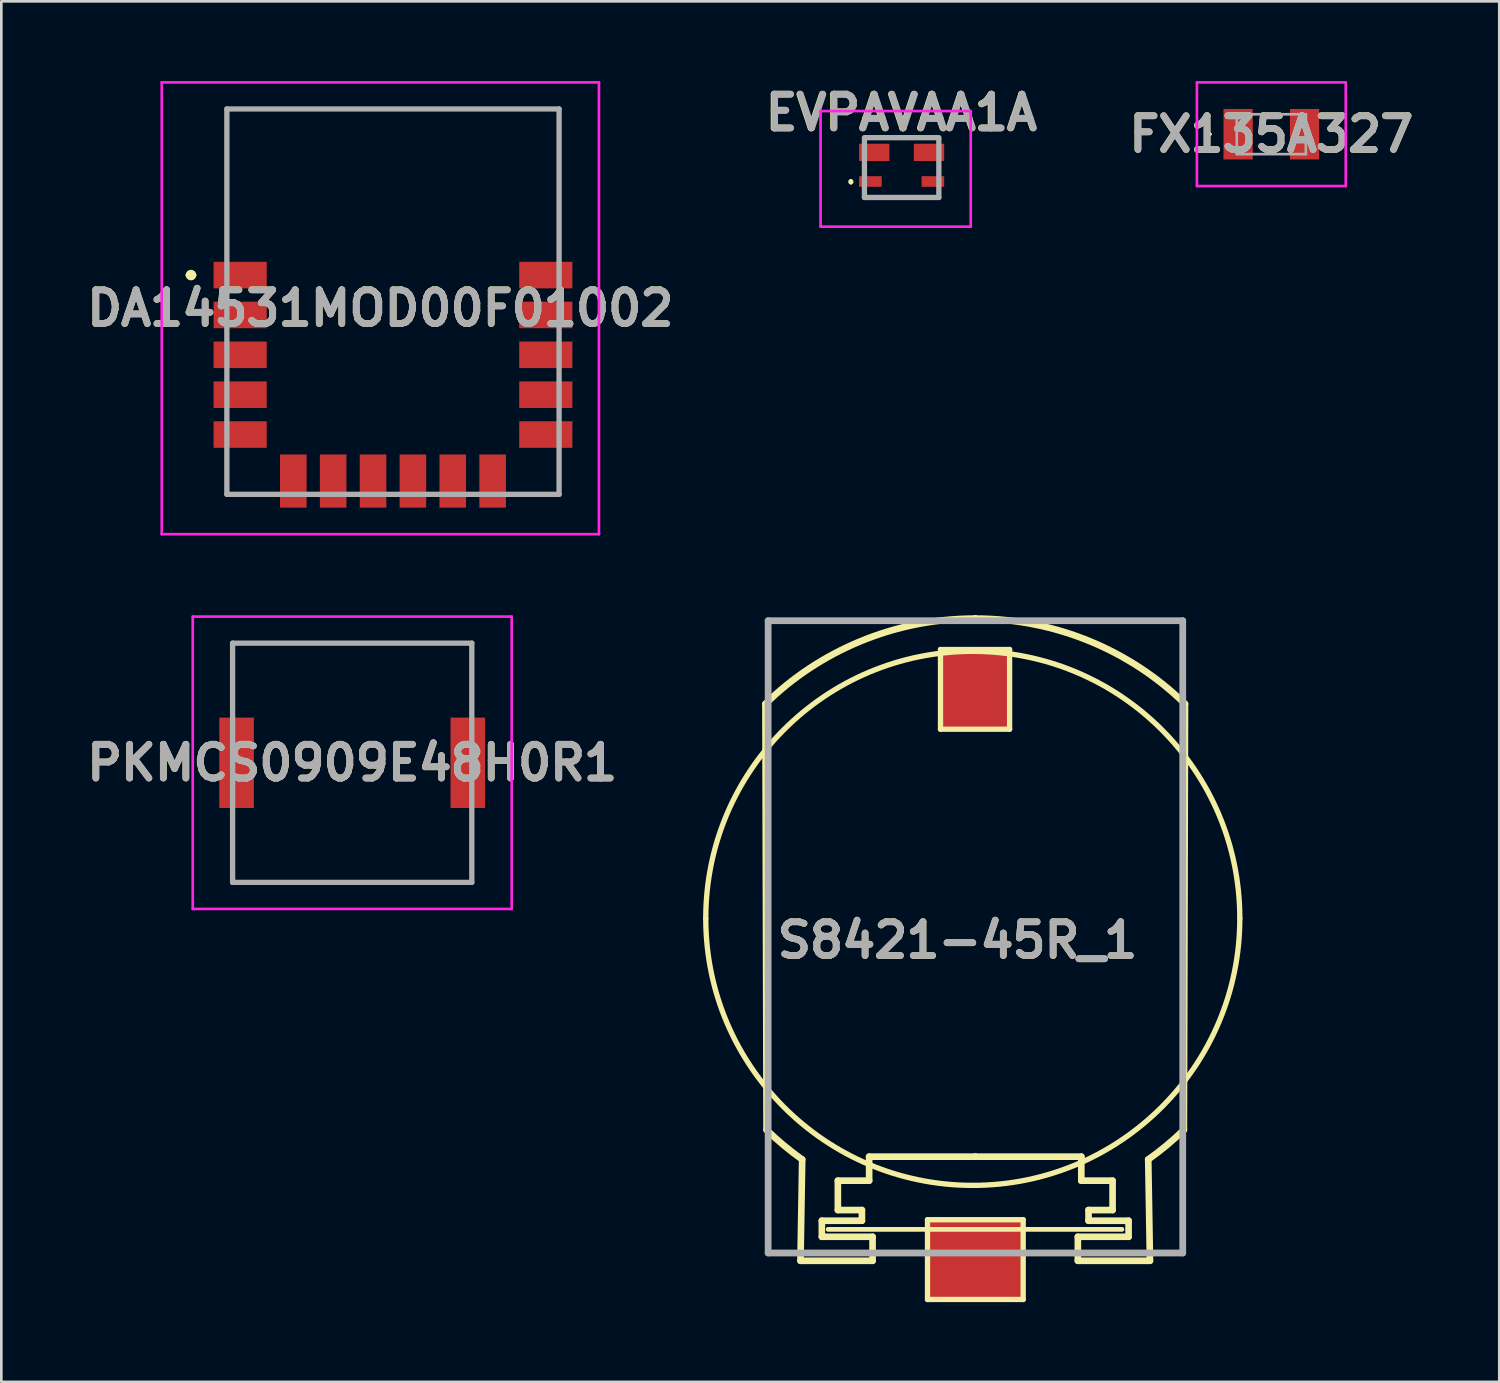
<source format=kicad_pcb>
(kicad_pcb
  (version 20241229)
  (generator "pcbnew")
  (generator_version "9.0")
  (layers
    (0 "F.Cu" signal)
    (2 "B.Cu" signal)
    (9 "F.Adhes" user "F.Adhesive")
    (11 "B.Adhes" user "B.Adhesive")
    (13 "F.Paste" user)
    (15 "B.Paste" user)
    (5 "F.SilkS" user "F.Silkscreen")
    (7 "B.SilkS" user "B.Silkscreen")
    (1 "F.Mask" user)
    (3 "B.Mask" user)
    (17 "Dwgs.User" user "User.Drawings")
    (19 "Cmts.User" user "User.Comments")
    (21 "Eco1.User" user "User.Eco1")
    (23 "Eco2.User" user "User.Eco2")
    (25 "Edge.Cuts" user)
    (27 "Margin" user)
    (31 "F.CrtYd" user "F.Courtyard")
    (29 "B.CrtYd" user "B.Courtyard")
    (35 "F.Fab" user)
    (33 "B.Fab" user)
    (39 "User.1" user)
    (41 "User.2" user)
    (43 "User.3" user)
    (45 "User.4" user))
  (footprint "DA14531MOD00F01002"
    (layer "F.Cu")
    (at 11.736 8.3)
    (property "Reference" "DA14531MOD00F01002" (at -0.475 0.25 0) (layer "F.SilkS") (effects (font (size 1.27 1.27) (thickness 0.254))))
    (attr smd)
    (fp_line (start -7.7 -1) (end -7.7 -1) (stroke (width 0.2) (type solid)) (layer "F.SilkS"))
    (fp_line (start -7.5 -1) (end -7.5 -1) (stroke (width 0.2) (type solid)) (layer "F.SilkS"))
    (fp_line (start -6.25 -7.25) (end 6 -7.25) (stroke (width 0.1) (type solid)) (layer "F.SilkS"))
    (fp_line (start -6.25 -3) (end -6.25 -7.25) (stroke (width 0.1) (type solid)) (layer "F.SilkS"))
    (fp_line (start 6 -7.25) (end 6.25 -7.25) (stroke (width 0.1) (type solid)) (layer "F.SilkS"))
    (fp_line (start 6.25 -7.25) (end 6.25 -3) (stroke (width 0.1) (type solid)) (layer "F.SilkS"))
    (fp_arc (start -7.7 -1) (mid -7.6 -1.1) (end -7.5 -1) (stroke (width 0.2) (type solid)) (layer "F.SilkS"))
    (fp_arc (start -7.5 -1) (mid -7.6 -0.9) (end -7.7 -1) (stroke (width 0.2) (type solid)) (layer "F.SilkS"))
    (fp_line (start -8.7 -8.25) (end 7.75 -8.25) (stroke (width 0.1) (type solid)) (layer "F.CrtYd"))
    (fp_line (start -8.7 8.75) (end -8.7 -8.25) (stroke (width 0.1) (type solid)) (layer "F.CrtYd"))
    (fp_line (start 7.75 -8.25) (end 7.75 8.75) (stroke (width 0.1) (type solid)) (layer "F.CrtYd"))
    (fp_line (start 7.75 8.75) (end -8.7 8.75) (stroke (width 0.1) (type solid)) (layer "F.CrtYd"))
    (fp_line (start -6.25 -7.25) (end 6.25 -7.25) (stroke (width 0.2) (type solid)) (layer "F.Fab"))
    (fp_line (start -6.25 7.25) (end -6.25 -7.25) (stroke (width 0.2) (type solid)) (layer "F.Fab"))
    (fp_line (start 6.25 -7.25) (end 6.25 7.25) (stroke (width 0.2) (type solid)) (layer "F.Fab"))
    (fp_line (start 6.25 7.25) (end -6.25 7.25) (stroke (width 0.2) (type solid)) (layer "F.Fab"))
    (fp_text user "${REFERENCE}" (at -0.475 0.25 0) (layer "F.Fab") (effects (font (size 1.27 1.27) (thickness 0.254))))
    (pad "J1" smd rect (at -5.75 -1 90) (size 1 2) (layers "F.Cu" "F.Mask" "F.Paste"))
    (pad "J2" smd rect (at -5.75 0.5 90) (size 1 2) (layers "F.Cu" "F.Mask" "F.Paste"))
    (pad "J3" smd rect (at -5.75 2 90) (size 1 2) (layers "F.Cu" "F.Mask" "F.Paste"))
    (pad "J4" smd rect (at -5.75 3.5 90) (size 1 2) (layers "F.Cu" "F.Mask" "F.Paste"))
    (pad "J5" smd rect (at -5.75 5 90) (size 1 2) (layers "F.Cu" "F.Mask" "F.Paste"))
    (pad "J6" smd rect (at -3.75 6.75) (size 1 2) (layers "F.Cu" "F.Mask" "F.Paste"))
    (pad "J7" smd rect (at -2.25 6.75) (size 1 2) (layers "F.Cu" "F.Mask" "F.Paste"))
    (pad "J8" smd rect (at -0.75 6.75) (size 1 2) (layers "F.Cu" "F.Mask" "F.Paste"))
    (pad "J9" smd rect (at 0.75 6.75) (size 1 2) (layers "F.Cu" "F.Mask" "F.Paste"))
    (pad "J10" smd rect (at 2.25 6.75) (size 1 2) (layers "F.Cu" "F.Mask" "F.Paste"))
    (pad "J11" smd rect (at 3.75 6.75) (size 1 2) (layers "F.Cu" "F.Mask" "F.Paste"))
    (pad "J12" smd rect (at 5.75 5 90) (size 1 2) (layers "F.Cu" "F.Mask" "F.Paste"))
    (pad "J13" smd rect (at 5.75 3.5 90) (size 1 2) (layers "F.Cu" "F.Mask" "F.Paste"))
    (pad "J14" smd rect (at 5.75 2 90) (size 1 2) (layers "F.Cu" "F.Mask" "F.Paste"))
    (pad "J15" smd rect (at 5.75 0.5 90) (size 1 2) (layers "F.Cu" "F.Mask" "F.Paste"))
    (pad "J16" smd rect (at 5.75 -1 90) (size 1 2) (layers "F.Cu" "F.Mask" "F.Paste")))
  (footprint "EVPAVAA1A"
    (layer "F.Cu")
    (at 30.875 3.279)
    (property "Reference" "EVPAVAA1A" (at -0.02 -2.09 0) (layer "F.SilkS") (effects (font (size 1.27 1.27) (thickness 0.254))))
    (attr smd)
    (fp_line (start -1.91 0.46) (end -1.91 0.46) (stroke (width 0.1) (type solid)) (layer "F.SilkS"))
    (fp_line (start -1.91 0.56) (end -1.91 0.56) (stroke (width 0.1) (type solid)) (layer "F.SilkS"))
    (fp_line (start -1.4 -1.15) (end 1.4 -1.15) (stroke (width 0.1) (type solid)) (layer "F.SilkS"))
    (fp_line (start -1.4 1.1) (end -1.4 0.8) (stroke (width 0.1) (type solid)) (layer "F.SilkS"))
    (fp_line (start -1.4 1.1) (end 1.4 1.1) (stroke (width 0.1) (type solid)) (layer "F.SilkS"))
    (fp_line (start 1.4 1.1) (end 1.4 0.8) (stroke (width 0.1) (type solid)) (layer "F.SilkS"))
    (fp_arc (start -1.91 0.46) (mid -1.86 0.51) (end -1.91 0.56) (stroke (width 0.1) (type solid)) (layer "F.SilkS"))
    (fp_arc (start -1.91 0.56) (mid -1.96 0.51) (end -1.91 0.46) (stroke (width 0.1) (type solid)) (layer "F.SilkS"))
    (fp_line (start -3.05 -2.15) (end 2.6 -2.15) (stroke (width 0.1) (type solid)) (layer "F.CrtYd"))
    (fp_line (start -3.05 2.2) (end -3.05 -2.15) (stroke (width 0.1) (type solid)) (layer "F.CrtYd"))
    (fp_line (start 2.6 -2.15) (end 2.6 2.2) (stroke (width 0.1) (type solid)) (layer "F.CrtYd"))
    (fp_line (start 2.6 2.2) (end -3.05 2.2) (stroke (width 0.1) (type solid)) (layer "F.CrtYd"))
    (fp_line (start -1.4 -1.15) (end 1.4 -1.15) (stroke (width 0.2) (type solid)) (layer "F.Fab"))
    (fp_line (start -1.4 1.1) (end -1.4 -1.1) (stroke (width 0.2) (type solid)) (layer "F.Fab"))
    (fp_line (start 1.4 -1.1) (end 1.4 1.1) (stroke (width 0.2) (type solid)) (layer "F.Fab"))
    (fp_line (start 1.4 1.1) (end -1.4 1.1) (stroke (width 0.2) (type solid)) (layer "F.Fab"))
    (fp_text user "${REFERENCE}" (at 0 -2.09 0) (layer "F.Fab") (effects (font (size 1.27 1.27) (thickness 0.254))))
    (pad "1" smd rect (at -1.175 0.5 90) (size 0.4 0.85) (layers "F.Cu" "F.Mask" "F.Paste"))
    (pad "2" smd rect (at -1.03 -0.595 90) (size 0.65 1.14) (layers "F.Cu" "F.Mask" "F.Paste"))
    (pad "3" smd rect (at 1.175 0.5 90) (size 0.4 0.85) (layers "F.Cu" "F.Mask" "F.Paste"))
    (pad "4" smd rect (at 1.03 -0.595 90) (size 0.65 1.14) (layers "F.Cu" "F.Mask" "F.Paste")))
  (footprint "S8421-45R_1"
    (layer "F.Cu")
    (at 33.652 22.922)
    (property "Reference" "S8421-45R_1" (at -0.675 9.406 0) (layer "F.SilkS") (effects (font (size 1.27 1.27) (thickness 0.254))))
    (attr smd)
    (fp_line (start -5.541 20.284) (end 5.511 20.284) (stroke (width 0.18) (type solid)) (layer "F.SilkS"))
    (fp_line (start -1.804 19.922) (end 1.796 19.922) (stroke (width 0.2) (type solid)) (layer "F.SilkS"))
    (fp_line (start -1.804 22.922) (end -1.804 19.922) (stroke (width 0.2) (type solid)) (layer "F.SilkS"))
    (fp_line (start -1.315 -1.534) (end 1.285 -1.534) (stroke (width 0.2) (type solid)) (layer "F.SilkS"))
    (fp_line (start -1.315 1.466) (end -1.315 -1.534) (stroke (width 0.2) (type solid)) (layer "F.SilkS"))
    (fp_line (start 1.285 -1.534) (end 1.285 1.466) (stroke (width 0.2) (type solid)) (layer "F.SilkS"))
    (fp_line (start 1.285 1.466) (end -1.315 1.466) (stroke (width 0.2) (type solid)) (layer "F.SilkS"))
    (fp_line (start 1.796 19.922) (end 1.796 22.922) (stroke (width 0.2) (type solid)) (layer "F.SilkS"))
    (fp_line (start 1.796 22.922) (end -1.804 22.922) (stroke (width 0.2) (type solid)) (layer "F.SilkS"))
    (fp_curve (pts (xy -10.147 8.582) (xy -10.147 3.034) (xy -5.649 -1.465) (xy -0.1 -1.465)) (stroke (width 0.2) (type solid)) (layer "F.SilkS"))
    (fp_curve (pts (xy -7.902 0.513) (xy -5.88 -1.472) (xy -3.065 -2.697) (xy -0.009 -2.697)) (stroke (width 0.25) (type solid)) (layer "F.SilkS"))
    (fp_curve (pts (xy -7.859 16.54) (xy -7.859 16.54) (xy -7.902 0.513) (xy -7.902 0.513)) (stroke (width 0.25) (type solid)) (layer "F.SilkS"))
    (fp_curve (pts (xy -6.583 21.466) (xy -6.583 21.466) (xy -6.519 17.655) (xy -6.519 17.655)) (stroke (width 0.25) (type solid)) (layer "F.SilkS"))
    (fp_curve (pts (xy -6.519 17.655) (xy -6.994 17.318) (xy -7.443 16.945) (xy -7.859 16.54)) (stroke (width 0.25) (type solid)) (layer "F.SilkS"))
    (fp_curve (pts (xy -5.779 19.959) (xy -5.779 19.959) (xy -5.779 20.562) (xy -5.779 20.562)) (stroke (width 0.25) (type solid)) (layer "F.SilkS"))
    (fp_curve (pts (xy -5.779 20.562) (xy -5.779 20.562) (xy -3.871 20.562) (xy -3.871 20.562)) (stroke (width 0.25) (type solid)) (layer "F.SilkS"))
    (fp_curve (pts (xy -5.177 18.452) (xy -5.177 18.452) (xy -5.177 19.557) (xy -5.177 19.557)) (stroke (width 0.25) (type solid)) (layer "F.SilkS"))
    (fp_curve (pts (xy -5.177 19.557) (xy -5.177 19.557) (xy -4.272 19.557) (xy -4.272 19.557)) (stroke (width 0.25) (type solid)) (layer "F.SilkS"))
    (fp_curve (pts (xy -4.272 19.557) (xy -4.272 19.557) (xy -4.272 19.959) (xy -4.272 19.959)) (stroke (width 0.25) (type solid)) (layer "F.SilkS"))
    (fp_curve (pts (xy -4.272 19.959) (xy -4.272 19.959) (xy -5.779 19.959) (xy -5.779 19.959)) (stroke (width 0.25) (type solid)) (layer "F.SilkS"))
    (fp_curve (pts (xy -4 17.548) (xy -4 17.548) (xy -4 18.452) (xy -4 18.452)) (stroke (width 0.25) (type solid)) (layer "F.SilkS"))
    (fp_curve (pts (xy -4 18.452) (xy -4 18.452) (xy -5.177 18.452) (xy -5.177 18.452)) (stroke (width 0.25) (type solid)) (layer "F.SilkS"))
    (fp_curve (pts (xy -3.871 20.562) (xy -3.871 20.562) (xy -3.871 21.466) (xy -3.871 21.466)) (stroke (width 0.25) (type solid)) (layer "F.SilkS"))
    (fp_curve (pts (xy -3.871 21.466) (xy -3.871 21.466) (xy -6.583 21.466) (xy -6.583 21.466)) (stroke (width 0.25) (type solid)) (layer "F.SilkS"))
    (fp_curve (pts (xy -0.1 -1.465) (xy 5.449 -1.465) (xy 9.947 3.034) (xy 9.947 8.582)) (stroke (width 0.2) (type solid)) (layer "F.SilkS"))
    (fp_curve (pts (xy -0.1 18.629) (xy -5.649 18.629) (xy -10.147 14.131) (xy -10.147 8.582)) (stroke (width 0.2) (type solid)) (layer "F.SilkS"))
    (fp_curve (pts (xy -0.009 -2.697) (xy -0.009 -2.697) (xy -0.009 -2.697) (xy -0.009 -2.697)) (stroke (width 0.25) (type solid)) (layer "F.SilkS"))
    (fp_curve (pts (xy -0.009 -2.697) (xy 3.048 -2.697) (xy 5.863 -1.472) (xy 7.885 0.513)) (stroke (width 0.25) (type solid)) (layer "F.SilkS"))
    (fp_curve (pts (xy -0.009 17.548) (xy -0.009 17.548) (xy -4 17.548) (xy -4 17.548)) (stroke (width 0.25) (type solid)) (layer "F.SilkS"))
    (fp_curve (pts (xy -0.009 17.548) (xy -0.009 17.548) (xy -0.009 17.548) (xy -0.009 17.548)) (stroke (width 0.25) (type solid)) (layer "F.SilkS"))
    (fp_curve (pts (xy 3.853 20.562) (xy 3.853 20.562) (xy 5.762 20.562) (xy 5.762 20.562)) (stroke (width 0.25) (type solid)) (layer "F.SilkS"))
    (fp_curve (pts (xy 3.853 21.466) (xy 3.853 21.466) (xy 3.853 20.562) (xy 3.853 20.562)) (stroke (width 0.25) (type solid)) (layer "F.SilkS"))
    (fp_curve (pts (xy 3.983 17.548) (xy 3.983 17.548) (xy -0.009 17.548) (xy -0.009 17.548)) (stroke (width 0.25) (type solid)) (layer "F.SilkS"))
    (fp_curve (pts (xy 3.983 18.452) (xy 3.983 18.452) (xy 3.983 17.548) (xy 3.983 17.548)) (stroke (width 0.25) (type solid)) (layer "F.SilkS"))
    (fp_curve (pts (xy 4.255 19.557) (xy 4.255 19.557) (xy 5.16 19.557) (xy 5.16 19.557)) (stroke (width 0.25) (type solid)) (layer "F.SilkS"))
    (fp_curve (pts (xy 4.255 19.959) (xy 4.255 19.959) (xy 4.255 19.557) (xy 4.255 19.557)) (stroke (width 0.25) (type solid)) (layer "F.SilkS"))
    (fp_curve (pts (xy 5.16 18.452) (xy 5.16 18.452) (xy 3.983 18.452) (xy 3.983 18.452)) (stroke (width 0.25) (type solid)) (layer "F.SilkS"))
    (fp_curve (pts (xy 5.16 19.557) (xy 5.16 19.557) (xy 5.16 18.452) (xy 5.16 18.452)) (stroke (width 0.25) (type solid)) (layer "F.SilkS"))
    (fp_curve (pts (xy 5.762 19.959) (xy 5.762 19.959) (xy 4.255 19.959) (xy 4.255 19.959)) (stroke (width 0.25) (type solid)) (layer "F.SilkS"))
    (fp_curve (pts (xy 5.762 20.562) (xy 5.762 20.562) (xy 5.762 19.959) (xy 5.762 19.959)) (stroke (width 0.25) (type solid)) (layer "F.SilkS"))
    (fp_curve (pts (xy 6.501 17.655) (xy 6.501 17.655) (xy 6.566 21.466) (xy 6.566 21.466)) (stroke (width 0.25) (type solid)) (layer "F.SilkS"))
    (fp_curve (pts (xy 6.566 21.466) (xy 6.566 21.466) (xy 3.853 21.466) (xy 3.853 21.466)) (stroke (width 0.25) (type solid)) (layer "F.SilkS"))
    (fp_curve (pts (xy 7.842 16.54) (xy 7.425 16.945) (xy 6.977 17.318) (xy 6.501 17.655)) (stroke (width 0.25) (type solid)) (layer "F.SilkS"))
    (fp_curve (pts (xy 7.885 0.513) (xy 7.885 0.513) (xy 7.842 16.54) (xy 7.842 16.54)) (stroke (width 0.25) (type solid)) (layer "F.SilkS"))
    (fp_curve (pts (xy 9.947 8.582) (xy 9.947 14.131) (xy 5.449 18.629) (xy -0.1 18.629)) (stroke (width 0.2) (type solid)) (layer "F.SilkS"))
    (fp_line (start -7.8 -2.617) (end 7.8 -2.617) (stroke (width 0.254) (type solid)) (layer "F.Fab"))
    (fp_line (start -7.8 21.173) (end -7.8 -2.617) (stroke (width 0.254) (type solid)) (layer "F.Fab"))
    (fp_line (start 7.8 -2.617) (end 7.8 21.173) (stroke (width 0.254) (type solid)) (layer "F.Fab"))
    (fp_line (start 7.8 21.173) (end -7.8 21.173) (stroke (width 0.254) (type solid)) (layer "F.Fab"))
    (fp_text user "${REFERENCE}" (at -0.675 9.406 0) (layer "F.Fab") (effects (font (size 1.27 1.27) (thickness 0.254))))
    (pad "1" smd rect (at 0 21.4 90) (size 3 3.6) (layers "F.Cu" "F.Mask" "F.Paste"))
    (pad "2" smd rect (at 0 0) (size 2.6 3) (layers "F.Cu" "F.Mask" "F.Paste")))
  (footprint "PKMCS0909E48H0R1"
    (layer "F.Cu")
    (at 10.202 25.65)
    (property "Reference" "PKMCS0909E48H0R1" (at 0 0 0) (layer "F.SilkS") (effects (font (size 1.27 1.27) (thickness 0.254))))
    (attr smd)
    (fp_line (start -4.5 -4.5) (end 4.5 -4.5) (stroke (width 0.1) (type solid)) (layer "F.SilkS"))
    (fp_line (start -4.5 -2) (end -4.5 -4.5) (stroke (width 0.1) (type solid)) (layer "F.SilkS"))
    (fp_line (start -4.5 2) (end -4.5 4.5) (stroke (width 0.1) (type solid)) (layer "F.SilkS"))
    (fp_line (start -4.5 4.5) (end 4.5 4.5) (stroke (width 0.1) (type solid)) (layer "F.SilkS"))
    (fp_line (start 4.5 -4.5) (end 4.5 -2) (stroke (width 0.1) (type solid)) (layer "F.SilkS"))
    (fp_line (start 4.5 4.5) (end 4.5 2) (stroke (width 0.1) (type solid)) (layer "F.SilkS"))
    (fp_line (start -6 -5.5) (end 6 -5.5) (stroke (width 0.1) (type solid)) (layer "F.CrtYd"))
    (fp_line (start -6 5.5) (end -6 -5.5) (stroke (width 0.1) (type solid)) (layer "F.CrtYd"))
    (fp_line (start 6 -5.5) (end 6 5.5) (stroke (width 0.1) (type solid)) (layer "F.CrtYd"))
    (fp_line (start 6 5.5) (end -6 5.5) (stroke (width 0.1) (type solid)) (layer "F.CrtYd"))
    (fp_line (start -4.5 -4.5) (end 4.5 -4.5) (stroke (width 0.2) (type solid)) (layer "F.Fab"))
    (fp_line (start -4.5 4.5) (end -4.5 -4.5) (stroke (width 0.2) (type solid)) (layer "F.Fab"))
    (fp_line (start 4.5 -4.5) (end 4.5 4.5) (stroke (width 0.2) (type solid)) (layer "F.Fab"))
    (fp_line (start 4.5 4.5) (end -4.5 4.5) (stroke (width 0.2) (type solid)) (layer "F.Fab"))
    (fp_text user "${REFERENCE}" (at 0 0 0) (layer "F.Fab") (effects (font (size 1.27 1.27) (thickness 0.254))))
    (pad "1" smd rect (at -4.35 0) (size 1.3 3.4) (layers "F.Cu" "F.Mask" "F.Paste"))
    (pad "2" smd rect (at 4.35 0) (size 1.3 3.4) (layers "F.Cu" "F.Mask" "F.Paste")))
  (footprint "FX135A327"
    (layer "F.Cu")
    (at 44.785 2)
    (property "Reference" "FX135A327" (at 0 0 0) (layer "F.SilkS") (effects (font (size 1.27 1.27) (thickness 0.254))))
    (attr smd)
    (fp_line (start -2.4 0) (end -2.4 0) (stroke (width 0.1) (type solid)) (layer "F.SilkS"))
    (fp_line (start -2.3 0) (end -2.3 0) (stroke (width 0.1) (type solid)) (layer "F.SilkS"))
    (fp_arc (start -2.4 0) (mid -2.35 -0.05) (end -2.3 0) (stroke (width 0.1) (type solid)) (layer "F.SilkS"))
    (fp_arc (start -2.3 0) (mid -2.35 0.05) (end -2.4 0) (stroke (width 0.1) (type solid)) (layer "F.SilkS"))
    (fp_line (start -2.8 -1.95) (end 2.8 -1.95) (stroke (width 0.1) (type solid)) (layer "F.CrtYd"))
    (fp_line (start -2.8 1.95) (end -2.8 -1.95) (stroke (width 0.1) (type solid)) (layer "F.CrtYd"))
    (fp_line (start 2.8 -1.95) (end 2.8 1.95) (stroke (width 0.1) (type solid)) (layer "F.CrtYd"))
    (fp_line (start 2.8 1.95) (end -2.8 1.95) (stroke (width 0.1) (type solid)) (layer "F.CrtYd"))
    (fp_line (start -1.3 -0.75) (end 1.3 -0.75) (stroke (width 0.1) (type solid)) (layer "F.Fab"))
    (fp_line (start -1.3 0.75) (end -1.3 -0.75) (stroke (width 0.1) (type solid)) (layer "F.Fab"))
    (fp_line (start 1.3 -0.75) (end 1.3 0.75) (stroke (width 0.1) (type solid)) (layer "F.Fab"))
    (fp_line (start 1.3 0.75) (end -1.3 0.75) (stroke (width 0.1) (type solid)) (layer "F.Fab"))
    (fp_text user "${REFERENCE}" (at 0 0 0) (layer "F.Fab") (effects (font (size 1.27 1.27) (thickness 0.254))))
    (pad "1" smd rect (at -1.25 0) (size 1.1 1.9) (layers "F.Cu" "F.Mask" "F.Paste"))
    (pad "2" smd rect (at 1.25 0) (size 1.1 1.9) (layers "F.Cu" "F.Mask" "F.Paste")))
  (gr_rect
    (start -3 -3)
    (end 53.361 48.943)
    (stroke (width 0.1) (type default))
    (fill no)
    (layer "Edge.Cuts")))
</source>
